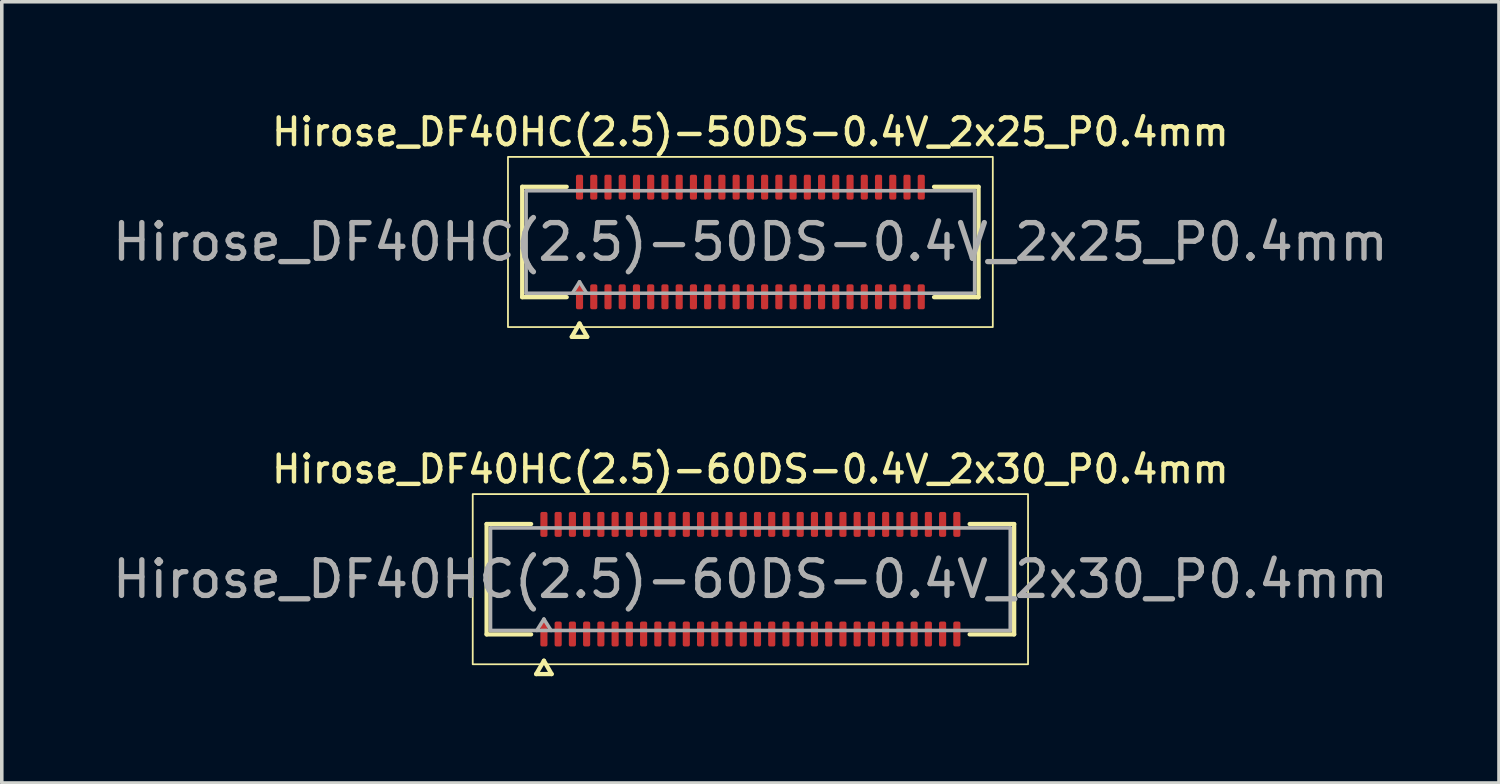
<source format=kicad_pcb>
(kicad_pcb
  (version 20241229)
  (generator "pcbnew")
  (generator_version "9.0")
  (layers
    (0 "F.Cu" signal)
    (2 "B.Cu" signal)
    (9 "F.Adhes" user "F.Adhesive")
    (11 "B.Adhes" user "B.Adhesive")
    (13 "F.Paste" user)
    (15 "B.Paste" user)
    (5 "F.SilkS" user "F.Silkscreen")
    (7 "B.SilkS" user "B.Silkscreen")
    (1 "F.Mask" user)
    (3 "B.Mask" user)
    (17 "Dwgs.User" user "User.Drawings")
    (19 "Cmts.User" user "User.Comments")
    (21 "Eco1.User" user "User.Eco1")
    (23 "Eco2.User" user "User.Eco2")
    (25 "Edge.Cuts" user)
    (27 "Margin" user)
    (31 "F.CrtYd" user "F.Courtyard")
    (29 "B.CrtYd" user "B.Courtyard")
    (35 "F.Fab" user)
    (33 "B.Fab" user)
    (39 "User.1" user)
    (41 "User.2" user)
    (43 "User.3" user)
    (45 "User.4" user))
  (footprint "Hirose_DF40HC(2.5)-60DS-0.4V_2x30_P0.4mm"
    (layer "F.Cu")
    (at 18.03 13.221)
    (property "Reference" "Hirose_DF40HC(2.5)-60DS-0.4V_2x30_P0.4mm" (at 0 -3.09 0) (layer "F.SilkS") (effects (font (size 0.75 0.75) (thickness 0.125))))
    (attr smd)
    (fp_line (start -7.41 -1.55) (end -6.16 -1.55) (stroke (width 0.12) (type solid)) (layer "F.SilkS"))
    (fp_line (start -7.41 1.55) (end -7.41 -1.55) (stroke (width 0.12) (type solid)) (layer "F.SilkS"))
    (fp_line (start -6.16 1.55) (end -7.41 1.55) (stroke (width 0.12) (type solid)) (layer "F.SilkS"))
    (fp_line (start -6.017 2.665) (end -5.8 2.29) (stroke (width 0.12) (type solid)) (layer "F.SilkS"))
    (fp_line (start -5.8 2.29) (end -5.583 2.665) (stroke (width 0.12) (type solid)) (layer "F.SilkS"))
    (fp_line (start -5.583 2.665) (end -6.017 2.665) (stroke (width 0.12) (type solid)) (layer "F.SilkS"))
    (fp_line (start 6.16 -1.55) (end 7.41 -1.55) (stroke (width 0.12) (type solid)) (layer "F.SilkS"))
    (fp_line (start 7.41 -1.55) (end 7.41 1.55) (stroke (width 0.12) (type solid)) (layer "F.SilkS"))
    (fp_line (start 7.41 1.55) (end 6.16 1.55) (stroke (width 0.12) (type solid)) (layer "F.SilkS"))
    (fp_rect (start -7.8 -2.39) (end 7.8 2.39) (stroke (width 0.05) (type solid)) (fill no) (layer "F.SilkS"))
    (fp_line (start -7.3 -1.44) (end 7.3 -1.44) (stroke (width 0.1) (type solid)) (layer "F.Fab"))
    (fp_line (start -7.3 1.44) (end -7.3 -1.44) (stroke (width 0.1) (type solid)) (layer "F.Fab"))
    (fp_line (start -6 1.44) (end -5.8 1.12) (stroke (width 0.1) (type solid)) (layer "F.Fab"))
    (fp_line (start -5.8 1.12) (end -5.6 1.44) (stroke (width 0.1) (type solid)) (layer "F.Fab"))
    (fp_line (start 7.3 -1.44) (end 7.3 1.44) (stroke (width 0.1) (type solid)) (layer "F.Fab"))
    (fp_line (start 7.3 1.44) (end -7.3 1.44) (stroke (width 0.1) (type solid)) (layer "F.Fab"))
    (fp_text user "${REFERENCE}" (at 0 0 0) (layer "F.Fab") (effects (font (size 1 1) (thickness 0.15))))
    (pad "1" smd roundrect (at -5.8 1.54) (size 0.2 0.7) (layers "F.Cu" "F.Mask" "F.Paste") (roundrect_rratio 0.25))
    (pad "2" smd roundrect (at -5.8 -1.54) (size 0.2 0.7) (layers "F.Cu" "F.Mask" "F.Paste") (roundrect_rratio 0.25))
    (pad "3" smd roundrect (at -5.4 1.54) (size 0.2 0.7) (layers "F.Cu" "F.Mask" "F.Paste") (roundrect_rratio 0.25))
    (pad "4" smd roundrect (at -5.4 -1.54) (size 0.2 0.7) (layers "F.Cu" "F.Mask" "F.Paste") (roundrect_rratio 0.25))
    (pad "5" smd roundrect (at -5 1.54) (size 0.2 0.7) (layers "F.Cu" "F.Mask" "F.Paste") (roundrect_rratio 0.25))
    (pad "6" smd roundrect (at -5 -1.54) (size 0.2 0.7) (layers "F.Cu" "F.Mask" "F.Paste") (roundrect_rratio 0.25))
    (pad "7" smd roundrect (at -4.6 1.54) (size 0.2 0.7) (layers "F.Cu" "F.Mask" "F.Paste") (roundrect_rratio 0.25))
    (pad "8" smd roundrect (at -4.6 -1.54) (size 0.2 0.7) (layers "F.Cu" "F.Mask" "F.Paste") (roundrect_rratio 0.25))
    (pad "9" smd roundrect (at -4.2 1.54) (size 0.2 0.7) (layers "F.Cu" "F.Mask" "F.Paste") (roundrect_rratio 0.25))
    (pad "10" smd roundrect (at -4.2 -1.54) (size 0.2 0.7) (layers "F.Cu" "F.Mask" "F.Paste") (roundrect_rratio 0.25))
    (pad "11" smd roundrect (at -3.8 1.54) (size 0.2 0.7) (layers "F.Cu" "F.Mask" "F.Paste") (roundrect_rratio 0.25))
    (pad "12" smd roundrect (at -3.8 -1.54) (size 0.2 0.7) (layers "F.Cu" "F.Mask" "F.Paste") (roundrect_rratio 0.25))
    (pad "13" smd roundrect (at -3.4 1.54) (size 0.2 0.7) (layers "F.Cu" "F.Mask" "F.Paste") (roundrect_rratio 0.25))
    (pad "14" smd roundrect (at -3.4 -1.54) (size 0.2 0.7) (layers "F.Cu" "F.Mask" "F.Paste") (roundrect_rratio 0.25))
    (pad "15" smd roundrect (at -3 1.54) (size 0.2 0.7) (layers "F.Cu" "F.Mask" "F.Paste") (roundrect_rratio 0.25))
    (pad "16" smd roundrect (at -3 -1.54) (size 0.2 0.7) (layers "F.Cu" "F.Mask" "F.Paste") (roundrect_rratio 0.25))
    (pad "17" smd roundrect (at -2.6 1.54) (size 0.2 0.7) (layers "F.Cu" "F.Mask" "F.Paste") (roundrect_rratio 0.25))
    (pad "18" smd roundrect (at -2.6 -1.54) (size 0.2 0.7) (layers "F.Cu" "F.Mask" "F.Paste") (roundrect_rratio 0.25))
    (pad "19" smd roundrect (at -2.2 1.54) (size 0.2 0.7) (layers "F.Cu" "F.Mask" "F.Paste") (roundrect_rratio 0.25))
    (pad "20" smd roundrect (at -2.2 -1.54) (size 0.2 0.7) (layers "F.Cu" "F.Mask" "F.Paste") (roundrect_rratio 0.25))
    (pad "21" smd roundrect (at -1.8 1.54) (size 0.2 0.7) (layers "F.Cu" "F.Mask" "F.Paste") (roundrect_rratio 0.25))
    (pad "22" smd roundrect (at -1.8 -1.54) (size 0.2 0.7) (layers "F.Cu" "F.Mask" "F.Paste") (roundrect_rratio 0.25))
    (pad "23" smd roundrect (at -1.4 1.54) (size 0.2 0.7) (layers "F.Cu" "F.Mask" "F.Paste") (roundrect_rratio 0.25))
    (pad "24" smd roundrect (at -1.4 -1.54) (size 0.2 0.7) (layers "F.Cu" "F.Mask" "F.Paste") (roundrect_rratio 0.25))
    (pad "25" smd roundrect (at -1 1.54) (size 0.2 0.7) (layers "F.Cu" "F.Mask" "F.Paste") (roundrect_rratio 0.25))
    (pad "26" smd roundrect (at -1 -1.54) (size 0.2 0.7) (layers "F.Cu" "F.Mask" "F.Paste") (roundrect_rratio 0.25))
    (pad "27" smd roundrect (at -0.6 1.54) (size 0.2 0.7) (layers "F.Cu" "F.Mask" "F.Paste") (roundrect_rratio 0.25))
    (pad "28" smd roundrect (at -0.6 -1.54) (size 0.2 0.7) (layers "F.Cu" "F.Mask" "F.Paste") (roundrect_rratio 0.25))
    (pad "29" smd roundrect (at -0.2 1.54) (size 0.2 0.7) (layers "F.Cu" "F.Mask" "F.Paste") (roundrect_rratio 0.25))
    (pad "30" smd roundrect (at -0.2 -1.54) (size 0.2 0.7) (layers "F.Cu" "F.Mask" "F.Paste") (roundrect_rratio 0.25))
    (pad "31" smd roundrect (at 0.2 1.54) (size 0.2 0.7) (layers "F.Cu" "F.Mask" "F.Paste") (roundrect_rratio 0.25))
    (pad "32" smd roundrect (at 0.2 -1.54) (size 0.2 0.7) (layers "F.Cu" "F.Mask" "F.Paste") (roundrect_rratio 0.25))
    (pad "33" smd roundrect (at 0.6 1.54) (size 0.2 0.7) (layers "F.Cu" "F.Mask" "F.Paste") (roundrect_rratio 0.25))
    (pad "34" smd roundrect (at 0.6 -1.54) (size 0.2 0.7) (layers "F.Cu" "F.Mask" "F.Paste") (roundrect_rratio 0.25))
    (pad "35" smd roundrect (at 1 1.54) (size 0.2 0.7) (layers "F.Cu" "F.Mask" "F.Paste") (roundrect_rratio 0.25))
    (pad "36" smd roundrect (at 1 -1.54) (size 0.2 0.7) (layers "F.Cu" "F.Mask" "F.Paste") (roundrect_rratio 0.25))
    (pad "37" smd roundrect (at 1.4 1.54) (size 0.2 0.7) (layers "F.Cu" "F.Mask" "F.Paste") (roundrect_rratio 0.25))
    (pad "38" smd roundrect (at 1.4 -1.54) (size 0.2 0.7) (layers "F.Cu" "F.Mask" "F.Paste") (roundrect_rratio 0.25))
    (pad "39" smd roundrect (at 1.8 1.54) (size 0.2 0.7) (layers "F.Cu" "F.Mask" "F.Paste") (roundrect_rratio 0.25))
    (pad "40" smd roundrect (at 1.8 -1.54) (size 0.2 0.7) (layers "F.Cu" "F.Mask" "F.Paste") (roundrect_rratio 0.25))
    (pad "41" smd roundrect (at 2.2 1.54) (size 0.2 0.7) (layers "F.Cu" "F.Mask" "F.Paste") (roundrect_rratio 0.25))
    (pad "42" smd roundrect (at 2.2 -1.54) (size 0.2 0.7) (layers "F.Cu" "F.Mask" "F.Paste") (roundrect_rratio 0.25))
    (pad "43" smd roundrect (at 2.6 1.54) (size 0.2 0.7) (layers "F.Cu" "F.Mask" "F.Paste") (roundrect_rratio 0.25))
    (pad "44" smd roundrect (at 2.6 -1.54) (size 0.2 0.7) (layers "F.Cu" "F.Mask" "F.Paste") (roundrect_rratio 0.25))
    (pad "45" smd roundrect (at 3 1.54) (size 0.2 0.7) (layers "F.Cu" "F.Mask" "F.Paste") (roundrect_rratio 0.25))
    (pad "46" smd roundrect (at 3 -1.54) (size 0.2 0.7) (layers "F.Cu" "F.Mask" "F.Paste") (roundrect_rratio 0.25))
    (pad "47" smd roundrect (at 3.4 1.54) (size 0.2 0.7) (layers "F.Cu" "F.Mask" "F.Paste") (roundrect_rratio 0.25))
    (pad "48" smd roundrect (at 3.4 -1.54) (size 0.2 0.7) (layers "F.Cu" "F.Mask" "F.Paste") (roundrect_rratio 0.25))
    (pad "49" smd roundrect (at 3.8 1.54) (size 0.2 0.7) (layers "F.Cu" "F.Mask" "F.Paste") (roundrect_rratio 0.25))
    (pad "50" smd roundrect (at 3.8 -1.54) (size 0.2 0.7) (layers "F.Cu" "F.Mask" "F.Paste") (roundrect_rratio 0.25))
    (pad "51" smd roundrect (at 4.2 1.54) (size 0.2 0.7) (layers "F.Cu" "F.Mask" "F.Paste") (roundrect_rratio 0.25))
    (pad "52" smd roundrect (at 4.2 -1.54) (size 0.2 0.7) (layers "F.Cu" "F.Mask" "F.Paste") (roundrect_rratio 0.25))
    (pad "53" smd roundrect (at 4.6 1.54) (size 0.2 0.7) (layers "F.Cu" "F.Mask" "F.Paste") (roundrect_rratio 0.25))
    (pad "54" smd roundrect (at 4.6 -1.54) (size 0.2 0.7) (layers "F.Cu" "F.Mask" "F.Paste") (roundrect_rratio 0.25))
    (pad "55" smd roundrect (at 5 1.54) (size 0.2 0.7) (layers "F.Cu" "F.Mask" "F.Paste") (roundrect_rratio 0.25))
    (pad "56" smd roundrect (at 5 -1.54) (size 0.2 0.7) (layers "F.Cu" "F.Mask" "F.Paste") (roundrect_rratio 0.25))
    (pad "57" smd roundrect (at 5.4 1.54) (size 0.2 0.7) (layers "F.Cu" "F.Mask" "F.Paste") (roundrect_rratio 0.25))
    (pad "58" smd roundrect (at 5.4 -1.54) (size 0.2 0.7) (layers "F.Cu" "F.Mask" "F.Paste") (roundrect_rratio 0.25))
    (pad "59" smd roundrect (at 5.8 1.54) (size 0.2 0.7) (layers "F.Cu" "F.Mask" "F.Paste") (roundrect_rratio 0.25))
    (pad "60" smd roundrect (at 5.8 -1.54) (size 0.2 0.7) (layers "F.Cu" "F.Mask" "F.Paste") (roundrect_rratio 0.25)))
  (footprint "Hirose_DF40HC(2.5)-50DS-0.4V_2x25_P0.4mm"
    (layer "F.Cu")
    (at 18.03 3.748)
    (property "Reference" "Hirose_DF40HC(2.5)-50DS-0.4V_2x25_P0.4mm" (at 0 -3.09 0) (layer "F.SilkS") (effects (font (size 0.75 0.75) (thickness 0.125))))
    (attr smd)
    (fp_line (start -6.41 -1.55) (end -5.16 -1.55) (stroke (width 0.12) (type solid)) (layer "F.SilkS"))
    (fp_line (start -6.41 1.55) (end -6.41 -1.55) (stroke (width 0.12) (type solid)) (layer "F.SilkS"))
    (fp_line (start -5.16 1.55) (end -6.41 1.55) (stroke (width 0.12) (type solid)) (layer "F.SilkS"))
    (fp_line (start -5.017 2.665) (end -4.8 2.29) (stroke (width 0.12) (type solid)) (layer "F.SilkS"))
    (fp_line (start -4.8 2.29) (end -4.583 2.665) (stroke (width 0.12) (type solid)) (layer "F.SilkS"))
    (fp_line (start -4.583 2.665) (end -5.017 2.665) (stroke (width 0.12) (type solid)) (layer "F.SilkS"))
    (fp_line (start 5.16 -1.55) (end 6.41 -1.55) (stroke (width 0.12) (type solid)) (layer "F.SilkS"))
    (fp_line (start 6.41 -1.55) (end 6.41 1.55) (stroke (width 0.12) (type solid)) (layer "F.SilkS"))
    (fp_line (start 6.41 1.55) (end 5.16 1.55) (stroke (width 0.12) (type solid)) (layer "F.SilkS"))
    (fp_rect (start -6.81 -2.39) (end 6.81 2.39) (stroke (width 0.05) (type solid)) (fill no) (layer "F.SilkS"))
    (fp_line (start -6.3 -1.44) (end 6.3 -1.44) (stroke (width 0.1) (type solid)) (layer "F.Fab"))
    (fp_line (start -6.3 1.44) (end -6.3 -1.44) (stroke (width 0.1) (type solid)) (layer "F.Fab"))
    (fp_line (start -5 1.44) (end -4.8 1.12) (stroke (width 0.1) (type solid)) (layer "F.Fab"))
    (fp_line (start -4.8 1.12) (end -4.6 1.44) (stroke (width 0.1) (type solid)) (layer "F.Fab"))
    (fp_line (start 6.3 -1.44) (end 6.3 1.44) (stroke (width 0.1) (type solid)) (layer "F.Fab"))
    (fp_line (start 6.3 1.44) (end -6.3 1.44) (stroke (width 0.1) (type solid)) (layer "F.Fab"))
    (fp_text user "${REFERENCE}" (at 0 0 0) (layer "F.Fab") (effects (font (size 1 1) (thickness 0.15))))
    (pad "1" smd roundrect (at -4.8 1.54) (size 0.2 0.7) (layers "F.Cu" "F.Mask" "F.Paste") (roundrect_rratio 0.25))
    (pad "2" smd roundrect (at -4.8 -1.54) (size 0.2 0.7) (layers "F.Cu" "F.Mask" "F.Paste") (roundrect_rratio 0.25))
    (pad "3" smd roundrect (at -4.4 1.54) (size 0.2 0.7) (layers "F.Cu" "F.Mask" "F.Paste") (roundrect_rratio 0.25))
    (pad "4" smd roundrect (at -4.4 -1.54) (size 0.2 0.7) (layers "F.Cu" "F.Mask" "F.Paste") (roundrect_rratio 0.25))
    (pad "5" smd roundrect (at -4 1.54) (size 0.2 0.7) (layers "F.Cu" "F.Mask" "F.Paste") (roundrect_rratio 0.25))
    (pad "6" smd roundrect (at -4 -1.54) (size 0.2 0.7) (layers "F.Cu" "F.Mask" "F.Paste") (roundrect_rratio 0.25))
    (pad "7" smd roundrect (at -3.6 1.54) (size 0.2 0.7) (layers "F.Cu" "F.Mask" "F.Paste") (roundrect_rratio 0.25))
    (pad "8" smd roundrect (at -3.6 -1.54) (size 0.2 0.7) (layers "F.Cu" "F.Mask" "F.Paste") (roundrect_rratio 0.25))
    (pad "9" smd roundrect (at -3.2 1.54) (size 0.2 0.7) (layers "F.Cu" "F.Mask" "F.Paste") (roundrect_rratio 0.25))
    (pad "10" smd roundrect (at -3.2 -1.54) (size 0.2 0.7) (layers "F.Cu" "F.Mask" "F.Paste") (roundrect_rratio 0.25))
    (pad "11" smd roundrect (at -2.8 1.54) (size 0.2 0.7) (layers "F.Cu" "F.Mask" "F.Paste") (roundrect_rratio 0.25))
    (pad "12" smd roundrect (at -2.8 -1.54) (size 0.2 0.7) (layers "F.Cu" "F.Mask" "F.Paste") (roundrect_rratio 0.25))
    (pad "13" smd roundrect (at -2.4 1.54) (size 0.2 0.7) (layers "F.Cu" "F.Mask" "F.Paste") (roundrect_rratio 0.25))
    (pad "14" smd roundrect (at -2.4 -1.54) (size 0.2 0.7) (layers "F.Cu" "F.Mask" "F.Paste") (roundrect_rratio 0.25))
    (pad "15" smd roundrect (at -2 1.54) (size 0.2 0.7) (layers "F.Cu" "F.Mask" "F.Paste") (roundrect_rratio 0.25))
    (pad "16" smd roundrect (at -2 -1.54) (size 0.2 0.7) (layers "F.Cu" "F.Mask" "F.Paste") (roundrect_rratio 0.25))
    (pad "17" smd roundrect (at -1.6 1.54) (size 0.2 0.7) (layers "F.Cu" "F.Mask" "F.Paste") (roundrect_rratio 0.25))
    (pad "18" smd roundrect (at -1.6 -1.54) (size 0.2 0.7) (layers "F.Cu" "F.Mask" "F.Paste") (roundrect_rratio 0.25))
    (pad "19" smd roundrect (at -1.2 1.54) (size 0.2 0.7) (layers "F.Cu" "F.Mask" "F.Paste") (roundrect_rratio 0.25))
    (pad "20" smd roundrect (at -1.2 -1.54) (size 0.2 0.7) (layers "F.Cu" "F.Mask" "F.Paste") (roundrect_rratio 0.25))
    (pad "21" smd roundrect (at -0.8 1.54) (size 0.2 0.7) (layers "F.Cu" "F.Mask" "F.Paste") (roundrect_rratio 0.25))
    (pad "22" smd roundrect (at -0.8 -1.54) (size 0.2 0.7) (layers "F.Cu" "F.Mask" "F.Paste") (roundrect_rratio 0.25))
    (pad "23" smd roundrect (at -0.4 1.54) (size 0.2 0.7) (layers "F.Cu" "F.Mask" "F.Paste") (roundrect_rratio 0.25))
    (pad "24" smd roundrect (at -0.4 -1.54) (size 0.2 0.7) (layers "F.Cu" "F.Mask" "F.Paste") (roundrect_rratio 0.25))
    (pad "25" smd roundrect (at 0 1.54) (size 0.2 0.7) (layers "F.Cu" "F.Mask" "F.Paste") (roundrect_rratio 0.25))
    (pad "26" smd roundrect (at 0 -1.54) (size 0.2 0.7) (layers "F.Cu" "F.Mask" "F.Paste") (roundrect_rratio 0.25))
    (pad "27" smd roundrect (at 0.4 1.54) (size 0.2 0.7) (layers "F.Cu" "F.Mask" "F.Paste") (roundrect_rratio 0.25))
    (pad "28" smd roundrect (at 0.4 -1.54) (size 0.2 0.7) (layers "F.Cu" "F.Mask" "F.Paste") (roundrect_rratio 0.25))
    (pad "29" smd roundrect (at 0.8 1.54) (size 0.2 0.7) (layers "F.Cu" "F.Mask" "F.Paste") (roundrect_rratio 0.25))
    (pad "30" smd roundrect (at 0.8 -1.54) (size 0.2 0.7) (layers "F.Cu" "F.Mask" "F.Paste") (roundrect_rratio 0.25))
    (pad "31" smd roundrect (at 1.2 1.54) (size 0.2 0.7) (layers "F.Cu" "F.Mask" "F.Paste") (roundrect_rratio 0.25))
    (pad "32" smd roundrect (at 1.2 -1.54) (size 0.2 0.7) (layers "F.Cu" "F.Mask" "F.Paste") (roundrect_rratio 0.25))
    (pad "33" smd roundrect (at 1.6 1.54) (size 0.2 0.7) (layers "F.Cu" "F.Mask" "F.Paste") (roundrect_rratio 0.25))
    (pad "34" smd roundrect (at 1.6 -1.54) (size 0.2 0.7) (layers "F.Cu" "F.Mask" "F.Paste") (roundrect_rratio 0.25))
    (pad "35" smd roundrect (at 2 1.54) (size 0.2 0.7) (layers "F.Cu" "F.Mask" "F.Paste") (roundrect_rratio 0.25))
    (pad "36" smd roundrect (at 2 -1.54) (size 0.2 0.7) (layers "F.Cu" "F.Mask" "F.Paste") (roundrect_rratio 0.25))
    (pad "37" smd roundrect (at 2.4 1.54) (size 0.2 0.7) (layers "F.Cu" "F.Mask" "F.Paste") (roundrect_rratio 0.25))
    (pad "38" smd roundrect (at 2.4 -1.54) (size 0.2 0.7) (layers "F.Cu" "F.Mask" "F.Paste") (roundrect_rratio 0.25))
    (pad "39" smd roundrect (at 2.8 1.54) (size 0.2 0.7) (layers "F.Cu" "F.Mask" "F.Paste") (roundrect_rratio 0.25))
    (pad "40" smd roundrect (at 2.8 -1.54) (size 0.2 0.7) (layers "F.Cu" "F.Mask" "F.Paste") (roundrect_rratio 0.25))
    (pad "41" smd roundrect (at 3.2 1.54) (size 0.2 0.7) (layers "F.Cu" "F.Mask" "F.Paste") (roundrect_rratio 0.25))
    (pad "42" smd roundrect (at 3.2 -1.54) (size 0.2 0.7) (layers "F.Cu" "F.Mask" "F.Paste") (roundrect_rratio 0.25))
    (pad "43" smd roundrect (at 3.6 1.54) (size 0.2 0.7) (layers "F.Cu" "F.Mask" "F.Paste") (roundrect_rratio 0.25))
    (pad "44" smd roundrect (at 3.6 -1.54) (size 0.2 0.7) (layers "F.Cu" "F.Mask" "F.Paste") (roundrect_rratio 0.25))
    (pad "45" smd roundrect (at 4 1.54) (size 0.2 0.7) (layers "F.Cu" "F.Mask" "F.Paste") (roundrect_rratio 0.25))
    (pad "46" smd roundrect (at 4 -1.54) (size 0.2 0.7) (layers "F.Cu" "F.Mask" "F.Paste") (roundrect_rratio 0.25))
    (pad "47" smd roundrect (at 4.4 1.54) (size 0.2 0.7) (layers "F.Cu" "F.Mask" "F.Paste") (roundrect_rratio 0.25))
    (pad "48" smd roundrect (at 4.4 -1.54) (size 0.2 0.7) (layers "F.Cu" "F.Mask" "F.Paste") (roundrect_rratio 0.25))
    (pad "49" smd roundrect (at 4.8 1.54) (size 0.2 0.7) (layers "F.Cu" "F.Mask" "F.Paste") (roundrect_rratio 0.25))
    (pad "50" smd roundrect (at 4.8 -1.54) (size 0.2 0.7) (layers "F.Cu" "F.Mask" "F.Paste") (roundrect_rratio 0.25)))
  (gr_rect
    (start -3 -3)
    (end 39.06 18.946)
    (stroke (width 0.1) (type default))
    (fill no)
    (layer "Edge.Cuts")))
</source>
